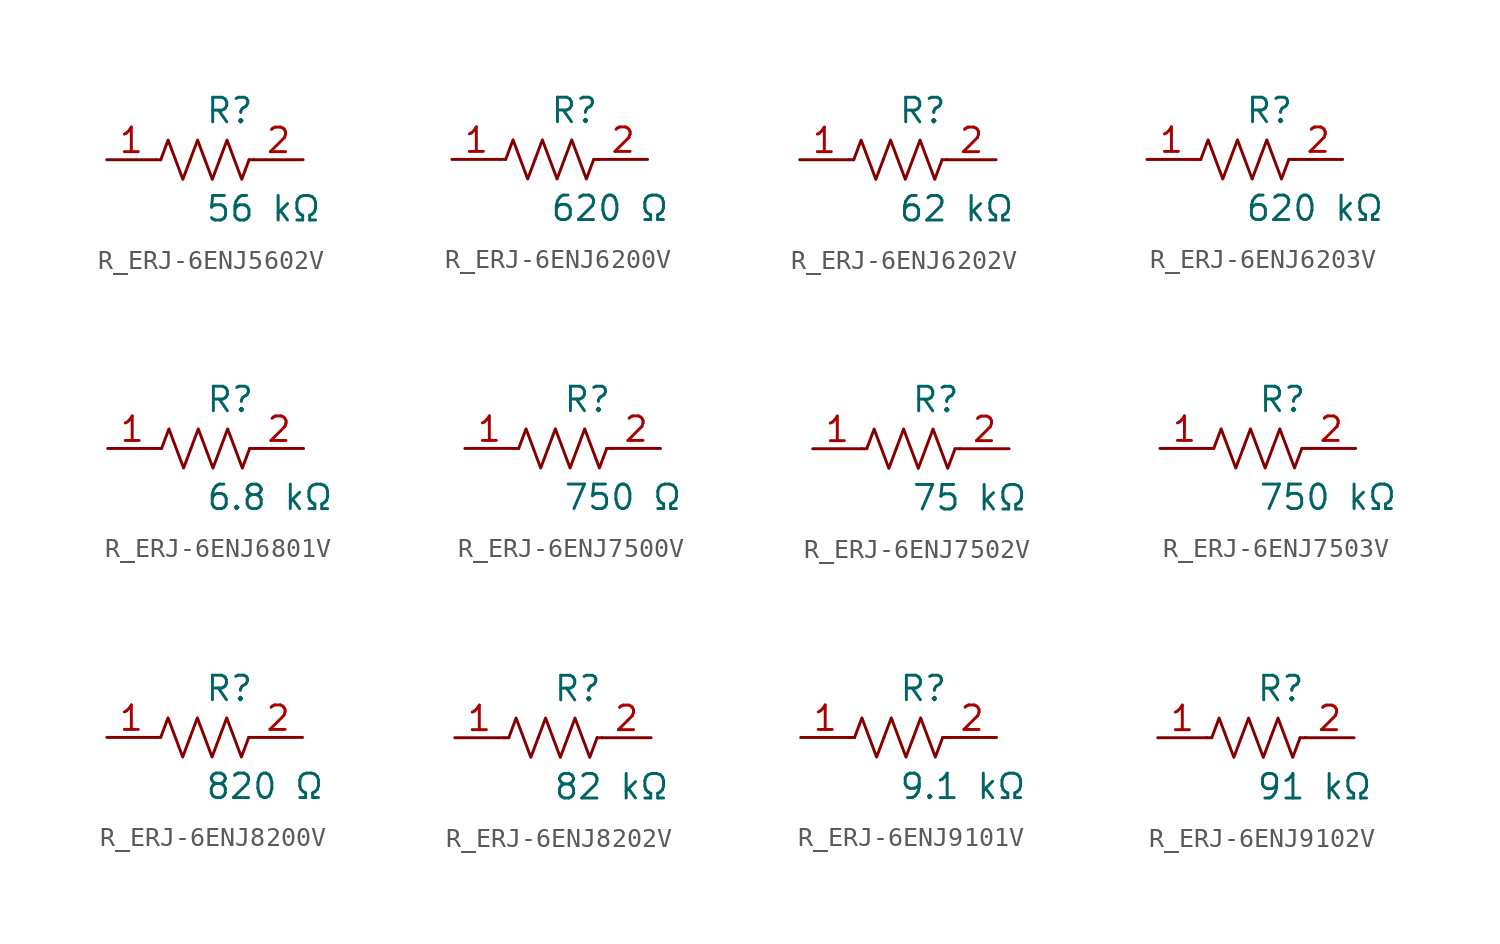
<source format=kicad_sym>
(kicad_symbol_lib
  (version 20231120)
  (generator kicad_symbol_editor)
  (generator_version 8.0)
  (symbol "R_ERJ-6ENJ5602V"
    (pin_names
      (offset 0.254))
    (property "Reference" "R"
      (at 0.0 2.54 0)
      (effects (font (size 1.27 1.27)) (justify left)))
    (property "Value" "56 kΩ"
      (at 0.0 -2.54 0)
      (effects (font (size 1.27 1.27)) (justify left)))
    (symbol "R_ERJ-6ENJ5602V_0_1"
      (polyline (pts (xy 2.286 0) (xy 2.54 0)) (stroke (width 0) (type default)) (fill (type none)))
      (polyline (pts (xy -2.286 0) (xy -2.54 0)) (stroke (width 0) (type default)) (fill (type none)))
      (polyline (pts (xy 0.762 0) (xy 1.143 1.016) (xy 1.524 0) (xy 1.905 -1.016) (xy 2.286 0)) (stroke (width 0) (type default)) (fill (type none)))
      (polyline (pts (xy -0.762 0) (xy -0.381 1.016) (xy 0 0) (xy 0.381 -1.016) (xy 0.762 0)) (stroke (width 0) (type default)) (fill (type none)))
      (polyline (pts (xy -2.286 0) (xy -1.905 1.016) (xy -1.524 0) (xy -1.143 -1.016) (xy -0.762 0)) (stroke (width 0) (type default)) (fill (type none))))
    (pin unspecified line
      (at -5.08 0 0)
      (length 2.54)
      (name "" (effects (font (size 1.27 1.27))))
      (number "1" (effects (font (size 1.27 1.27)))))
    (pin unspecified line
      (at 5.08 0 180)
      (length 2.54)
      (name "" (effects (font (size 1.27 1.27))))
      (number "2" (effects (font (size 1.27 1.27))))))
  (symbol "R_ERJ-6ENJ6200V"
    (pin_names
      (offset 0.254))
    (property "Reference" "R"
      (at 0.0 2.54 0)
      (effects (font (size 1.27 1.27)) (justify left)))
    (property "Value" "620 Ω"
      (at 0.0 -2.54 0)
      (effects (font (size 1.27 1.27)) (justify left)))
    (symbol "R_ERJ-6ENJ6200V_0_1"
      (polyline (pts (xy 2.286 0) (xy 2.54 0)) (stroke (width 0) (type default)) (fill (type none)))
      (polyline (pts (xy -2.286 0) (xy -2.54 0)) (stroke (width 0) (type default)) (fill (type none)))
      (polyline (pts (xy 0.762 0) (xy 1.143 1.016) (xy 1.524 0) (xy 1.905 -1.016) (xy 2.286 0)) (stroke (width 0) (type default)) (fill (type none)))
      (polyline (pts (xy -0.762 0) (xy -0.381 1.016) (xy 0 0) (xy 0.381 -1.016) (xy 0.762 0)) (stroke (width 0) (type default)) (fill (type none)))
      (polyline (pts (xy -2.286 0) (xy -1.905 1.016) (xy -1.524 0) (xy -1.143 -1.016) (xy -0.762 0)) (stroke (width 0) (type default)) (fill (type none))))
    (pin unspecified line
      (at -5.08 0 0)
      (length 2.54)
      (name "" (effects (font (size 1.27 1.27))))
      (number "1" (effects (font (size 1.27 1.27)))))
    (pin unspecified line
      (at 5.08 0 180)
      (length 2.54)
      (name "" (effects (font (size 1.27 1.27))))
      (number "2" (effects (font (size 1.27 1.27))))))
  (symbol "R_ERJ-6ENJ6202V"
    (pin_names
      (offset 0.254))
    (property "Reference" "R"
      (at 0.0 2.54 0)
      (effects (font (size 1.27 1.27)) (justify left)))
    (property "Value" "62 kΩ"
      (at 0.0 -2.54 0)
      (effects (font (size 1.27 1.27)) (justify left)))
    (symbol "R_ERJ-6ENJ6202V_0_1"
      (polyline (pts (xy 2.286 0) (xy 2.54 0)) (stroke (width 0) (type default)) (fill (type none)))
      (polyline (pts (xy -2.286 0) (xy -2.54 0)) (stroke (width 0) (type default)) (fill (type none)))
      (polyline (pts (xy 0.762 0) (xy 1.143 1.016) (xy 1.524 0) (xy 1.905 -1.016) (xy 2.286 0)) (stroke (width 0) (type default)) (fill (type none)))
      (polyline (pts (xy -0.762 0) (xy -0.381 1.016) (xy 0 0) (xy 0.381 -1.016) (xy 0.762 0)) (stroke (width 0) (type default)) (fill (type none)))
      (polyline (pts (xy -2.286 0) (xy -1.905 1.016) (xy -1.524 0) (xy -1.143 -1.016) (xy -0.762 0)) (stroke (width 0) (type default)) (fill (type none))))
    (pin unspecified line
      (at -5.08 0 0)
      (length 2.54)
      (name "" (effects (font (size 1.27 1.27))))
      (number "1" (effects (font (size 1.27 1.27)))))
    (pin unspecified line
      (at 5.08 0 180)
      (length 2.54)
      (name "" (effects (font (size 1.27 1.27))))
      (number "2" (effects (font (size 1.27 1.27))))))
  (symbol "R_ERJ-6ENJ6203V"
    (pin_names
      (offset 0.254))
    (property "Reference" "R"
      (at 0.0 2.54 0)
      (effects (font (size 1.27 1.27)) (justify left)))
    (property "Value" "620 kΩ"
      (at 0.0 -2.54 0)
      (effects (font (size 1.27 1.27)) (justify left)))
    (symbol "R_ERJ-6ENJ6203V_0_1"
      (polyline (pts (xy 2.286 0) (xy 2.54 0)) (stroke (width 0) (type default)) (fill (type none)))
      (polyline (pts (xy -2.286 0) (xy -2.54 0)) (stroke (width 0) (type default)) (fill (type none)))
      (polyline (pts (xy 0.762 0) (xy 1.143 1.016) (xy 1.524 0) (xy 1.905 -1.016) (xy 2.286 0)) (stroke (width 0) (type default)) (fill (type none)))
      (polyline (pts (xy -0.762 0) (xy -0.381 1.016) (xy 0 0) (xy 0.381 -1.016) (xy 0.762 0)) (stroke (width 0) (type default)) (fill (type none)))
      (polyline (pts (xy -2.286 0) (xy -1.905 1.016) (xy -1.524 0) (xy -1.143 -1.016) (xy -0.762 0)) (stroke (width 0) (type default)) (fill (type none))))
    (pin unspecified line
      (at -5.08 0 0)
      (length 2.54)
      (name "" (effects (font (size 1.27 1.27))))
      (number "1" (effects (font (size 1.27 1.27)))))
    (pin unspecified line
      (at 5.08 0 180)
      (length 2.54)
      (name "" (effects (font (size 1.27 1.27))))
      (number "2" (effects (font (size 1.27 1.27))))))
  (symbol "R_ERJ-6ENJ6801V"
    (pin_names
      (offset 0.254))
    (property "Reference" "R"
      (at 0.0 2.54 0)
      (effects (font (size 1.27 1.27)) (justify left)))
    (property "Value" "6.8 kΩ"
      (at 0.0 -2.54 0)
      (effects (font (size 1.27 1.27)) (justify left)))
    (symbol "R_ERJ-6ENJ6801V_0_1"
      (polyline (pts (xy 2.286 0) (xy 2.54 0)) (stroke (width 0) (type default)) (fill (type none)))
      (polyline (pts (xy -2.286 0) (xy -2.54 0)) (stroke (width 0) (type default)) (fill (type none)))
      (polyline (pts (xy 0.762 0) (xy 1.143 1.016) (xy 1.524 0) (xy 1.905 -1.016) (xy 2.286 0)) (stroke (width 0) (type default)) (fill (type none)))
      (polyline (pts (xy -0.762 0) (xy -0.381 1.016) (xy 0 0) (xy 0.381 -1.016) (xy 0.762 0)) (stroke (width 0) (type default)) (fill (type none)))
      (polyline (pts (xy -2.286 0) (xy -1.905 1.016) (xy -1.524 0) (xy -1.143 -1.016) (xy -0.762 0)) (stroke (width 0) (type default)) (fill (type none))))
    (pin unspecified line
      (at -5.08 0 0)
      (length 2.54)
      (name "" (effects (font (size 1.27 1.27))))
      (number "1" (effects (font (size 1.27 1.27)))))
    (pin unspecified line
      (at 5.08 0 180)
      (length 2.54)
      (name "" (effects (font (size 1.27 1.27))))
      (number "2" (effects (font (size 1.27 1.27))))))
  (symbol "R_ERJ-6ENJ7500V"
    (pin_names
      (offset 0.254))
    (property "Reference" "R"
      (at 0.0 2.54 0)
      (effects (font (size 1.27 1.27)) (justify left)))
    (property "Value" "750 Ω"
      (at 0.0 -2.54 0)
      (effects (font (size 1.27 1.27)) (justify left)))
    (symbol "R_ERJ-6ENJ7500V_0_1"
      (polyline (pts (xy 2.286 0) (xy 2.54 0)) (stroke (width 0) (type default)) (fill (type none)))
      (polyline (pts (xy -2.286 0) (xy -2.54 0)) (stroke (width 0) (type default)) (fill (type none)))
      (polyline (pts (xy 0.762 0) (xy 1.143 1.016) (xy 1.524 0) (xy 1.905 -1.016) (xy 2.286 0)) (stroke (width 0) (type default)) (fill (type none)))
      (polyline (pts (xy -0.762 0) (xy -0.381 1.016) (xy 0 0) (xy 0.381 -1.016) (xy 0.762 0)) (stroke (width 0) (type default)) (fill (type none)))
      (polyline (pts (xy -2.286 0) (xy -1.905 1.016) (xy -1.524 0) (xy -1.143 -1.016) (xy -0.762 0)) (stroke (width 0) (type default)) (fill (type none))))
    (pin unspecified line
      (at -5.08 0 0)
      (length 2.54)
      (name "" (effects (font (size 1.27 1.27))))
      (number "1" (effects (font (size 1.27 1.27)))))
    (pin unspecified line
      (at 5.08 0 180)
      (length 2.54)
      (name "" (effects (font (size 1.27 1.27))))
      (number "2" (effects (font (size 1.27 1.27))))))
  (symbol "R_ERJ-6ENJ7502V"
    (pin_names
      (offset 0.254))
    (property "Reference" "R"
      (at 0.0 2.54 0)
      (effects (font (size 1.27 1.27)) (justify left)))
    (property "Value" "75 kΩ"
      (at 0.0 -2.54 0)
      (effects (font (size 1.27 1.27)) (justify left)))
    (symbol "R_ERJ-6ENJ7502V_0_1"
      (polyline (pts (xy 2.286 0) (xy 2.54 0)) (stroke (width 0) (type default)) (fill (type none)))
      (polyline (pts (xy -2.286 0) (xy -2.54 0)) (stroke (width 0) (type default)) (fill (type none)))
      (polyline (pts (xy 0.762 0) (xy 1.143 1.016) (xy 1.524 0) (xy 1.905 -1.016) (xy 2.286 0)) (stroke (width 0) (type default)) (fill (type none)))
      (polyline (pts (xy -0.762 0) (xy -0.381 1.016) (xy 0 0) (xy 0.381 -1.016) (xy 0.762 0)) (stroke (width 0) (type default)) (fill (type none)))
      (polyline (pts (xy -2.286 0) (xy -1.905 1.016) (xy -1.524 0) (xy -1.143 -1.016) (xy -0.762 0)) (stroke (width 0) (type default)) (fill (type none))))
    (pin unspecified line
      (at -5.08 0 0)
      (length 2.54)
      (name "" (effects (font (size 1.27 1.27))))
      (number "1" (effects (font (size 1.27 1.27)))))
    (pin unspecified line
      (at 5.08 0 180)
      (length 2.54)
      (name "" (effects (font (size 1.27 1.27))))
      (number "2" (effects (font (size 1.27 1.27))))))
  (symbol "R_ERJ-6ENJ7503V"
    (pin_names
      (offset 0.254))
    (property "Reference" "R"
      (at 0.0 2.54 0)
      (effects (font (size 1.27 1.27)) (justify left)))
    (property "Value" "750 kΩ"
      (at 0.0 -2.54 0)
      (effects (font (size 1.27 1.27)) (justify left)))
    (symbol "R_ERJ-6ENJ7503V_0_1"
      (polyline (pts (xy 2.286 0) (xy 2.54 0)) (stroke (width 0) (type default)) (fill (type none)))
      (polyline (pts (xy -2.286 0) (xy -2.54 0)) (stroke (width 0) (type default)) (fill (type none)))
      (polyline (pts (xy 0.762 0) (xy 1.143 1.016) (xy 1.524 0) (xy 1.905 -1.016) (xy 2.286 0)) (stroke (width 0) (type default)) (fill (type none)))
      (polyline (pts (xy -0.762 0) (xy -0.381 1.016) (xy 0 0) (xy 0.381 -1.016) (xy 0.762 0)) (stroke (width 0) (type default)) (fill (type none)))
      (polyline (pts (xy -2.286 0) (xy -1.905 1.016) (xy -1.524 0) (xy -1.143 -1.016) (xy -0.762 0)) (stroke (width 0) (type default)) (fill (type none))))
    (pin unspecified line
      (at -5.08 0 0)
      (length 2.54)
      (name "" (effects (font (size 1.27 1.27))))
      (number "1" (effects (font (size 1.27 1.27)))))
    (pin unspecified line
      (at 5.08 0 180)
      (length 2.54)
      (name "" (effects (font (size 1.27 1.27))))
      (number "2" (effects (font (size 1.27 1.27))))))
  (symbol "R_ERJ-6ENJ8200V"
    (pin_names
      (offset 0.254))
    (property "Reference" "R"
      (at 0.0 2.54 0)
      (effects (font (size 1.27 1.27)) (justify left)))
    (property "Value" "820 Ω"
      (at 0.0 -2.54 0)
      (effects (font (size 1.27 1.27)) (justify left)))
    (symbol "R_ERJ-6ENJ8200V_0_1"
      (polyline (pts (xy 2.286 0) (xy 2.54 0)) (stroke (width 0) (type default)) (fill (type none)))
      (polyline (pts (xy -2.286 0) (xy -2.54 0)) (stroke (width 0) (type default)) (fill (type none)))
      (polyline (pts (xy 0.762 0) (xy 1.143 1.016) (xy 1.524 0) (xy 1.905 -1.016) (xy 2.286 0)) (stroke (width 0) (type default)) (fill (type none)))
      (polyline (pts (xy -0.762 0) (xy -0.381 1.016) (xy 0 0) (xy 0.381 -1.016) (xy 0.762 0)) (stroke (width 0) (type default)) (fill (type none)))
      (polyline (pts (xy -2.286 0) (xy -1.905 1.016) (xy -1.524 0) (xy -1.143 -1.016) (xy -0.762 0)) (stroke (width 0) (type default)) (fill (type none))))
    (pin unspecified line
      (at -5.08 0 0)
      (length 2.54)
      (name "" (effects (font (size 1.27 1.27))))
      (number "1" (effects (font (size 1.27 1.27)))))
    (pin unspecified line
      (at 5.08 0 180)
      (length 2.54)
      (name "" (effects (font (size 1.27 1.27))))
      (number "2" (effects (font (size 1.27 1.27))))))
  (symbol "R_ERJ-6ENJ8202V"
    (pin_names
      (offset 0.254))
    (property "Reference" "R"
      (at 0.0 2.54 0)
      (effects (font (size 1.27 1.27)) (justify left)))
    (property "Value" "82 kΩ"
      (at 0.0 -2.54 0)
      (effects (font (size 1.27 1.27)) (justify left)))
    (symbol "R_ERJ-6ENJ8202V_0_1"
      (polyline (pts (xy 2.286 0) (xy 2.54 0)) (stroke (width 0) (type default)) (fill (type none)))
      (polyline (pts (xy -2.286 0) (xy -2.54 0)) (stroke (width 0) (type default)) (fill (type none)))
      (polyline (pts (xy 0.762 0) (xy 1.143 1.016) (xy 1.524 0) (xy 1.905 -1.016) (xy 2.286 0)) (stroke (width 0) (type default)) (fill (type none)))
      (polyline (pts (xy -0.762 0) (xy -0.381 1.016) (xy 0 0) (xy 0.381 -1.016) (xy 0.762 0)) (stroke (width 0) (type default)) (fill (type none)))
      (polyline (pts (xy -2.286 0) (xy -1.905 1.016) (xy -1.524 0) (xy -1.143 -1.016) (xy -0.762 0)) (stroke (width 0) (type default)) (fill (type none))))
    (pin unspecified line
      (at -5.08 0 0)
      (length 2.54)
      (name "" (effects (font (size 1.27 1.27))))
      (number "1" (effects (font (size 1.27 1.27)))))
    (pin unspecified line
      (at 5.08 0 180)
      (length 2.54)
      (name "" (effects (font (size 1.27 1.27))))
      (number "2" (effects (font (size 1.27 1.27))))))
  (symbol "R_ERJ-6ENJ9101V"
    (pin_names
      (offset 0.254))
    (property "Reference" "R"
      (at 0.0 2.54 0)
      (effects (font (size 1.27 1.27)) (justify left)))
    (property "Value" "9.1 kΩ"
      (at 0.0 -2.54 0)
      (effects (font (size 1.27 1.27)) (justify left)))
    (symbol "R_ERJ-6ENJ9101V_0_1"
      (polyline (pts (xy 2.286 0) (xy 2.54 0)) (stroke (width 0) (type default)) (fill (type none)))
      (polyline (pts (xy -2.286 0) (xy -2.54 0)) (stroke (width 0) (type default)) (fill (type none)))
      (polyline (pts (xy 0.762 0) (xy 1.143 1.016) (xy 1.524 0) (xy 1.905 -1.016) (xy 2.286 0)) (stroke (width 0) (type default)) (fill (type none)))
      (polyline (pts (xy -0.762 0) (xy -0.381 1.016) (xy 0 0) (xy 0.381 -1.016) (xy 0.762 0)) (stroke (width 0) (type default)) (fill (type none)))
      (polyline (pts (xy -2.286 0) (xy -1.905 1.016) (xy -1.524 0) (xy -1.143 -1.016) (xy -0.762 0)) (stroke (width 0) (type default)) (fill (type none))))
    (pin unspecified line
      (at -5.08 0 0)
      (length 2.54)
      (name "" (effects (font (size 1.27 1.27))))
      (number "1" (effects (font (size 1.27 1.27)))))
    (pin unspecified line
      (at 5.08 0 180)
      (length 2.54)
      (name "" (effects (font (size 1.27 1.27))))
      (number "2" (effects (font (size 1.27 1.27))))))
  (symbol "R_ERJ-6ENJ9102V"
    (pin_names
      (offset 0.254))
    (property "Reference" "R"
      (at 0.0 2.54 0)
      (effects (font (size 1.27 1.27)) (justify left)))
    (property "Value" "91 kΩ"
      (at 0.0 -2.54 0)
      (effects (font (size 1.27 1.27)) (justify left)))
    (symbol "R_ERJ-6ENJ9102V_0_1"
      (polyline (pts (xy 2.286 0) (xy 2.54 0)) (stroke (width 0) (type default)) (fill (type none)))
      (polyline (pts (xy -2.286 0) (xy -2.54 0)) (stroke (width 0) (type default)) (fill (type none)))
      (polyline (pts (xy 0.762 0) (xy 1.143 1.016) (xy 1.524 0) (xy 1.905 -1.016) (xy 2.286 0)) (stroke (width 0) (type default)) (fill (type none)))
      (polyline (pts (xy -0.762 0) (xy -0.381 1.016) (xy 0 0) (xy 0.381 -1.016) (xy 0.762 0)) (stroke (width 0) (type default)) (fill (type none)))
      (polyline (pts (xy -2.286 0) (xy -1.905 1.016) (xy -1.524 0) (xy -1.143 -1.016) (xy -0.762 0)) (stroke (width 0) (type default)) (fill (type none))))
    (pin unspecified line
      (at -5.08 0 0)
      (length 2.54)
      (name "" (effects (font (size 1.27 1.27))))
      (number "1" (effects (font (size 1.27 1.27)))))
    (pin unspecified line
      (at 5.08 0 180)
      (length 2.54)
      (name "" (effects (font (size 1.27 1.27))))
      (number "2" (effects (font (size 1.27 1.27)))))))
</source>
